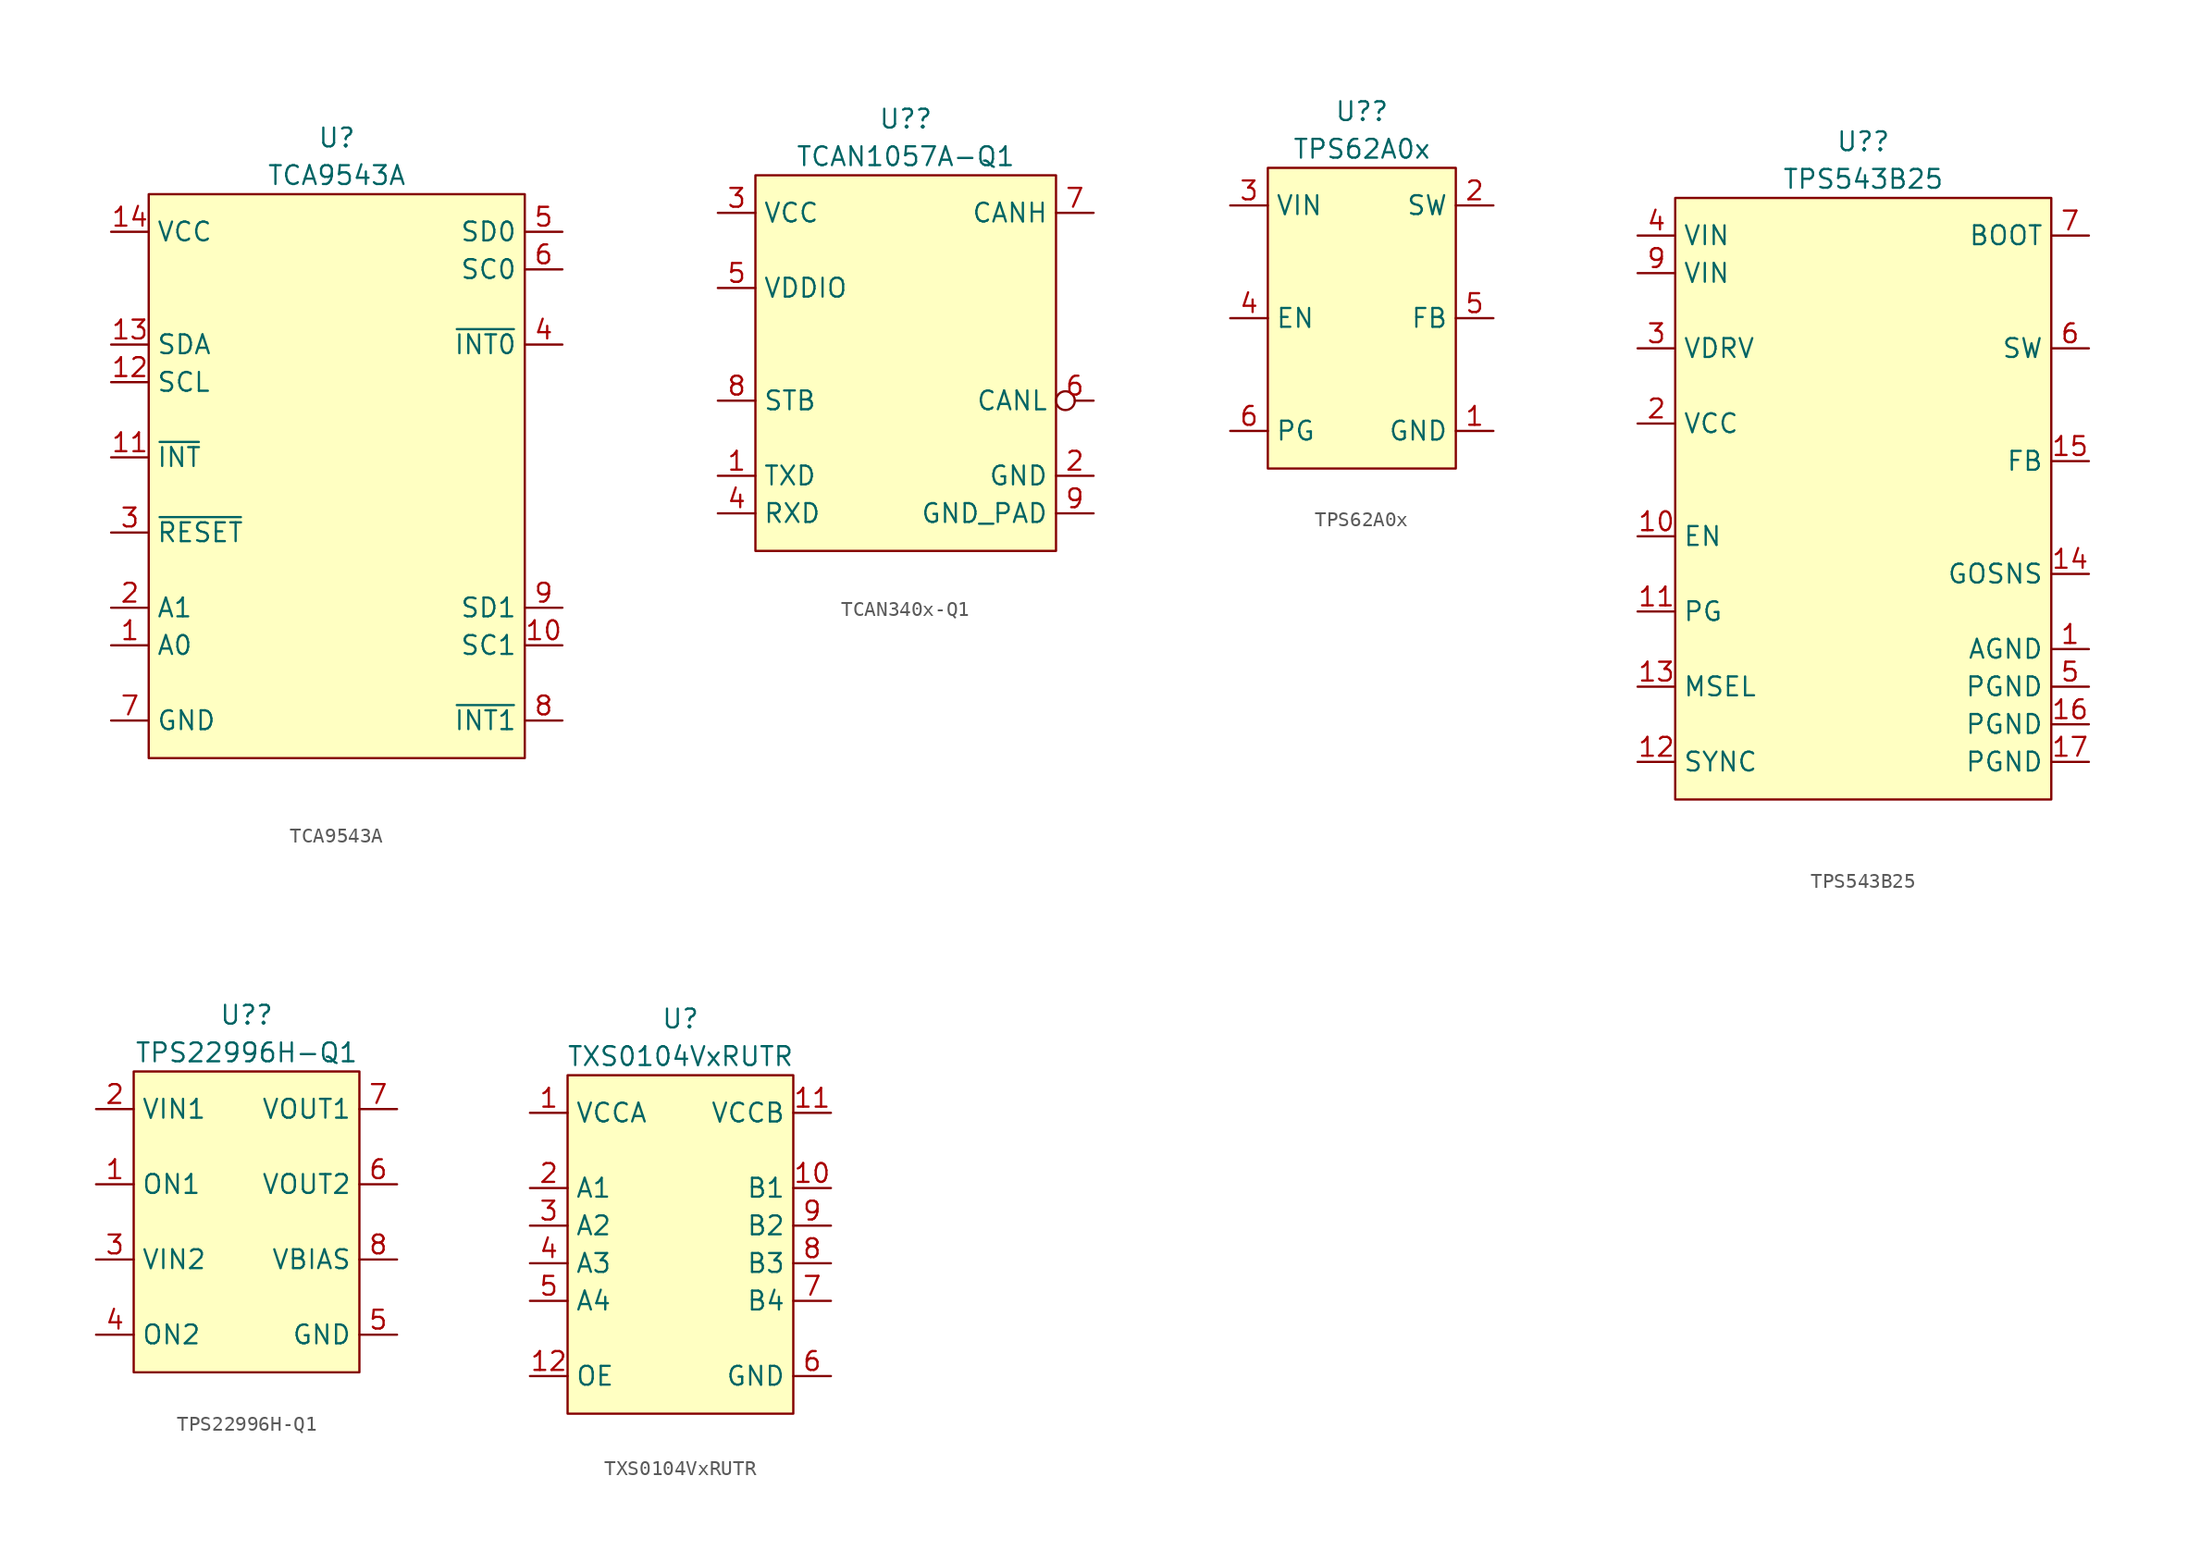
<source format=kicad_sym>
(kicad_symbol_lib
  (version 20241209)
  (generator "kicad_symbol_editor")
  (generator_version "9.0")
  (symbol "TCA9543A"
    (property "Reference" "U"
      (at 0 22.86 0)
      (do_not_autoplace)
      (effects (font (size 1.27 1.27))))
    (property "Value" "TCA9543A"
      (at 0 20.32 0)
      (do_not_autoplace)
      (effects (font (size 1.27 1.27))))
    (symbol "TCA9543A_0_0"
      (pin power_in line (at -15.24 16.51 0) (length 2.54) (name "VCC" (effects (font (size 1.27 1.27)))) (number "14" (effects (font (size 1.27 1.27)))))
      (pin bidirectional line (at -15.24 8.89 0) (length 2.54) (name "SDA" (effects (font (size 1.27 1.27)))) (number "13" (effects (font (size 1.27 1.27)))))
      (pin bidirectional line (at -15.24 6.35 0) (length 2.54) (name "SCL" (effects (font (size 1.27 1.27)))) (number "12" (effects (font (size 1.27 1.27)))))
      (pin output line (at -15.24 1.27 0) (length 2.54) (name "~{INT}" (effects (font (size 1.27 1.27)))) (number "11" (effects (font (size 1.27 1.27)))))
      (pin input line (at -15.24 -3.81 0) (length 2.54) (name "~{RESET}" (effects (font (size 1.27 1.27)))) (number "3" (effects (font (size 1.27 1.27)))))
      (pin input line (at -15.24 -8.89 0) (length 2.54) (name "A1" (effects (font (size 1.27 1.27)))) (number "2" (effects (font (size 1.27 1.27)))))
      (pin input line (at -15.24 -11.43 0) (length 2.54) (name "A0" (effects (font (size 1.27 1.27)))) (number "1" (effects (font (size 1.27 1.27)))))
      (pin power_in line (at -15.24 -16.51 0) (length 2.54) (name "GND" (effects (font (size 1.27 1.27)))) (number "7" (effects (font (size 1.27 1.27)))))
      (pin bidirectional line (at 15.24 16.51 180) (length 2.54) (name "SD0" (effects (font (size 1.27 1.27)))) (number "5" (effects (font (size 1.27 1.27)))))
      (pin bidirectional line (at 15.24 13.97 180) (length 2.54) (name "SC0" (effects (font (size 1.27 1.27)))) (number "6" (effects (font (size 1.27 1.27)))))
      (pin input line (at 15.24 8.89 180) (length 2.54) (name "~{INT0}" (effects (font (size 1.27 1.27)))) (number "4" (effects (font (size 1.27 1.27)))))
      (pin bidirectional line (at 15.24 -8.89 180) (length 2.54) (name "SD1" (effects (font (size 1.27 1.27)))) (number "9" (effects (font (size 1.27 1.27)))))
      (pin bidirectional line (at 15.24 -11.43 180) (length 2.54) (name "SC1" (effects (font (size 1.27 1.27)))) (number "10" (effects (font (size 1.27 1.27)))))
      (pin input line (at 15.24 -16.51 180) (length 2.54) (name "~{INT1}" (effects (font (size 1.27 1.27)))) (number "8" (effects (font (size 1.27 1.27))))))
    (symbol "TCA9543A_1_1"
      (rectangle (start -12.7 19.05) (end 12.7 -19.05) (stroke (width 0) (type solid)) (fill (type background)))))
  (symbol "TCAN340x-Q1"
    (property "Reference" "U?"
      (at 0 16.51 0)
      (do_not_autoplace)
      (effects (font (size 1.27 1.27))))
    (property "Value" "TCAN1057A-Q1"
      (at 0 13.97 0)
      (do_not_autoplace)
      (effects (font (size 1.27 1.27))))
    (symbol "TCAN340x-Q1_0_0"
      (pin power_in line (at -12.7 10.16 0) (length 2.54) (name "VCC" (effects (font (size 1.27 1.27)))) (number "3" (effects (font (size 1.27 1.27)))))
      (pin power_in line (at -12.7 5.08 0) (length 2.54) (name "VDDIO" (effects (font (size 1.27 1.27)))) (number "5" (effects (font (size 1.27 1.27)))))
      (pin input line (at -12.7 -2.54 0) (length 2.54) (name "STB" (effects (font (size 1.27 1.27)))) (number "8" (effects (font (size 1.27 1.27)))))
      (pin input line (at -12.7 -7.62 0) (length 2.54) (name "TXD" (effects (font (size 1.27 1.27)))) (number "1" (effects (font (size 1.27 1.27)))))
      (pin output line (at -12.7 -10.16 0) (length 2.54) (name "RXD" (effects (font (size 1.27 1.27)))) (number "4" (effects (font (size 1.27 1.27)))))
      (pin bidirectional line (at 12.7 10.16 180) (length 2.54) (name "CANH" (effects (font (size 1.27 1.27)))) (number "7" (effects (font (size 1.27 1.27)))))
      (pin bidirectional inverted (at 12.7 -2.54 180) (length 2.54) (name "CANL" (effects (font (size 1.27 1.27)))) (number "6" (effects (font (size 1.27 1.27))))))
    (symbol "TCAN340x-Q1_1_0"
      (pin power_in line (at 12.7 -7.62 180) (length 2.54) (name "GND" (effects (font (size 1.27 1.27)))) (number "2" (effects (font (size 1.27 1.27)))))
      (pin power_in line (at 12.7 -10.16 180) (length 2.54) (name "GND_PAD" (effects (font (size 1.27 1.27)))) (number "9" (effects (font (size 1.27 1.27))))))
    (symbol "TCAN340x-Q1_1_1"
      (rectangle (start -10.16 12.7) (end 10.16 -12.7) (stroke (width 0) (type solid)) (fill (type background)))))
  (symbol "TPS62A0x"
    (property "Reference" "U?"
      (at 0 13.97 0)
      (do_not_autoplace)
      (effects (font (size 1.27 1.27))))
    (property "Value" "TPS62A0x"
      (at 0 11.43 0)
      (do_not_autoplace)
      (effects (font (size 1.27 1.27))))
    (symbol "TPS62A0x_1_0"
      (pin power_in line (at -8.89 7.62 0) (length 2.54) (name "VIN" (effects (font (size 1.27 1.27)))) (number "3" (effects (font (size 1.27 1.27)))) (alternate "SW" output line))
      (pin input line (at -8.89 0 0) (length 2.54) (name "EN" (effects (font (size 1.27 1.27)))) (number "4" (effects (font (size 1.27 1.27)))) (alternate "VIN" power_in line))
      (pin output line (at -8.89 -7.62 0) (length 2.54) (name "PG" (effects (font (size 1.27 1.27)))) (number "6" (effects (font (size 1.27 1.27)))) (alternate "FB" input line))
      (pin output line (at 8.89 7.62 180) (length 2.54) (name "SW" (effects (font (size 1.27 1.27)))) (number "2" (effects (font (size 1.27 1.27)))) (alternate "GND" passive line))
      (pin input line (at 8.89 0 180) (length 2.54) (name "FB" (effects (font (size 1.27 1.27)))) (number "5" (effects (font (size 1.27 1.27)))) (alternate "PG" output line))
      (pin power_in line (at 8.89 -7.62 180) (length 2.54) (name "GND" (effects (font (size 1.27 1.27)))) (number "1" (effects (font (size 1.27 1.27)))) (alternate "EN" input line)))
    (symbol "TPS62A0x_1_1"
      (rectangle (start -6.35 10.16) (end 6.35 -10.16) (stroke (width 0) (type solid)) (fill (type background)))))
  (symbol "TPS543B25"
    (property "Reference" "U?"
      (at 0 24.13 0)
      (do_not_autoplace)
      (effects (font (size 1.27 1.27))))
    (property "Value" "TPS543B25"
      (at 0 21.59 0)
      (do_not_autoplace)
      (effects (font (size 1.27 1.27))))
    (symbol "TPS543B25_0_0"
      (pin power_in line (at -15.24 17.78 0) (length 2.54) (name "VIN" (effects (font (size 1.27 1.27)))) (number "4" (effects (font (size 1.27 1.27)))))
      (pin power_in line (at -15.24 15.24 0) (length 2.54) (name "VIN" (effects (font (size 1.27 1.27)))) (number "9" (effects (font (size 1.27 1.27)))))
      (pin power_out line (at -15.24 10.16 0) (length 2.54) (name "VDRV" (effects (font (size 1.27 1.27)))) (number "3" (effects (font (size 1.27 1.27)))))
      (pin power_in line (at -15.24 5.08 0) (length 2.54) (name "VCC" (effects (font (size 1.27 1.27)))) (number "2" (effects (font (size 1.27 1.27)))))
      (pin input line (at -15.24 -2.54 0) (length 2.54) (name "EN" (effects (font (size 1.27 1.27)))) (number "10" (effects (font (size 1.27 1.27)))))
      (pin output line (at -15.24 -7.62 0) (length 2.54) (name "PG" (effects (font (size 1.27 1.27)))) (number "11" (effects (font (size 1.27 1.27)))))
      (pin input line (at -15.24 -12.7 0) (length 2.54) (name "MSEL" (effects (font (size 1.27 1.27)))) (number "13" (effects (font (size 1.27 1.27)))))
      (pin input line (at 15.24 17.78 180) (length 2.54) (name "BOOT" (effects (font (size 1.27 1.27)))) (number "7" (effects (font (size 1.27 1.27)))))
      (pin output line (at 15.24 10.16 180) (length 2.54) (name "SW" (effects (font (size 1.27 1.27)))) (number "6" (effects (font (size 1.27 1.27)))))
      (pin input line (at 15.24 2.54 180) (length 2.54) (name "FB" (effects (font (size 1.27 1.27)))) (number "15" (effects (font (size 1.27 1.27)))))
      (pin input line (at 15.24 -5.08 180) (length 2.54) (name "GOSNS" (effects (font (size 1.27 1.27)))) (number "14" (effects (font (size 1.27 1.27))))))
    (symbol "TPS543B25_1_0"
      (pin input line (at -15.24 -17.78 0) (length 2.54) (name "SYNC" (effects (font (size 1.27 1.27)))) (number "12" (effects (font (size 1.27 1.27)))) (alternate "FSEL" input line))
      (pin power_in line (at 15.24 -10.16 180) (length 2.54) (name "AGND" (effects (font (size 1.27 1.27)))) (number "1" (effects (font (size 1.27 1.27)))))
      (pin power_in line (at 15.24 -12.7 180) (length 2.54) (name "PGND" (effects (font (size 1.27 1.27)))) (number "5" (effects (font (size 1.27 1.27)))))
      (pin passive line (at 15.24 -12.7 180) (length 2.54) (hide yes) (name "PGND" (effects (font (size 1.27 1.27)))) (number "8" (effects (font (size 1.27 1.27)))))
      (pin power_in line (at 15.24 -15.24 180) (length 2.54) (name "PGND" (effects (font (size 1.27 1.27)))) (number "16" (effects (font (size 1.27 1.27)))))
      (pin power_in line (at 15.24 -17.78 180) (length 2.54) (name "PGND" (effects (font (size 1.27 1.27)))) (number "17" (effects (font (size 1.27 1.27))))))
    (symbol "TPS543B25_1_1"
      (rectangle (start -12.7 20.32) (end 12.7 -20.32) (stroke (width 0) (type solid)) (fill (type background)))))
  (symbol "TPS22996H-Q1"
    (property "Reference" "U?"
      (at 0 13.97 0)
      (do_not_autoplace)
      (effects (font (size 1.27 1.27))))
    (property "Value" "TPS22996H-Q1"
      (at 0 11.43 0)
      (do_not_autoplace)
      (effects (font (size 1.27 1.27))))
    (symbol "TPS22996H-Q1_0_0"
      (pin power_in line (at -10.16 7.62 0) (length 2.54) (name "VIN1" (effects (font (size 1.27 1.27)))) (number "2" (effects (font (size 1.27 1.27)))))
      (pin input line (at -10.16 2.54 0) (length 2.54) (name "ON1" (effects (font (size 1.27 1.27)))) (number "1" (effects (font (size 1.27 1.27)))))
      (pin power_in line (at -10.16 -2.54 0) (length 2.54) (name "VIN2" (effects (font (size 1.27 1.27)))) (number "3" (effects (font (size 1.27 1.27)))))
      (pin input line (at -10.16 -7.62 0) (length 2.54) (name "ON2" (effects (font (size 1.27 1.27)))) (number "4" (effects (font (size 1.27 1.27)))))
      (pin power_out line (at 10.16 7.62 180) (length 2.54) (name "VOUT1" (effects (font (size 1.27 1.27)))) (number "7" (effects (font (size 1.27 1.27)))))
      (pin power_out line (at 10.16 2.54 180) (length 2.54) (name "VOUT2" (effects (font (size 1.27 1.27)))) (number "6" (effects (font (size 1.27 1.27)))))
      (pin input line (at 10.16 -2.54 180) (length 2.54) (name "VBIAS" (effects (font (size 1.27 1.27)))) (number "8" (effects (font (size 1.27 1.27))))))
    (symbol "TPS22996H-Q1_1_0"
      (pin power_in line (at 10.16 -7.62 180) (length 2.54) (name "GND" (effects (font (size 1.27 1.27)))) (number "5" (effects (font (size 1.27 1.27))))))
    (symbol "TPS22996H-Q1_1_1"
      (rectangle (start -7.62 10.16) (end 7.62 -10.16) (stroke (width 0) (type solid)) (fill (type background)))))
  (symbol "TXS0104VxRUTR"
    (property "Reference" "U"
      (at 0 15.24 0)
      (do_not_autoplace)
      (effects (font (size 1.27 1.27))))
    (property "Value" "TXS0104VxRUTR"
      (at 0 12.7 0)
      (do_not_autoplace)
      (effects (font (size 1.27 1.27))))
    (symbol "TXS0104VxRUTR_0_0"
      (pin power_in line (at -10.16 8.89 0) (length 2.54) (name "VCCA" (effects (font (size 1.27 1.27)))) (number "1" (effects (font (size 1.27 1.27)))))
      (pin bidirectional line (at -10.16 3.81 0) (length 2.54) (name "A1" (effects (font (size 1.27 1.27)))) (number "2" (effects (font (size 1.27 1.27)))))
      (pin bidirectional line (at -10.16 1.27 0) (length 2.54) (name "A2" (effects (font (size 1.27 1.27)))) (number "3" (effects (font (size 1.27 1.27)))))
      (pin bidirectional line (at -10.16 -1.27 0) (length 2.54) (name "A3" (effects (font (size 1.27 1.27)))) (number "4" (effects (font (size 1.27 1.27)))))
      (pin bidirectional line (at -10.16 -3.81 0) (length 2.54) (name "A4" (effects (font (size 1.27 1.27)))) (number "5" (effects (font (size 1.27 1.27)))))
      (pin input line (at -10.16 -8.89 0) (length 2.54) (name "OE" (effects (font (size 1.27 1.27)))) (number "12" (effects (font (size 1.27 1.27)))))
      (pin power_in line (at 10.16 8.89 180) (length 2.54) (name "VCCB" (effects (font (size 1.27 1.27)))) (number "11" (effects (font (size 1.27 1.27)))))
      (pin bidirectional line (at 10.16 3.81 180) (length 2.54) (name "B1" (effects (font (size 1.27 1.27)))) (number "10" (effects (font (size 1.27 1.27)))))
      (pin bidirectional line (at 10.16 1.27 180) (length 2.54) (name "B2" (effects (font (size 1.27 1.27)))) (number "9" (effects (font (size 1.27 1.27)))))
      (pin bidirectional line (at 10.16 -1.27 180) (length 2.54) (name "B3" (effects (font (size 1.27 1.27)))) (number "8" (effects (font (size 1.27 1.27)))))
      (pin bidirectional line (at 10.16 -3.81 180) (length 2.54) (name "B4" (effects (font (size 1.27 1.27)))) (number "7" (effects (font (size 1.27 1.27))))))
    (symbol "TXS0104VxRUTR_1_0"
      (pin power_in line (at 10.16 -8.89 180) (length 2.54) (name "GND" (effects (font (size 1.27 1.27)))) (number "6" (effects (font (size 1.27 1.27))))))
    (symbol "TXS0104VxRUTR_1_1"
      (rectangle (start -7.62 11.43) (end 7.62 -11.43) (stroke (width 0) (type default)) (fill (type background))))))
</source>
